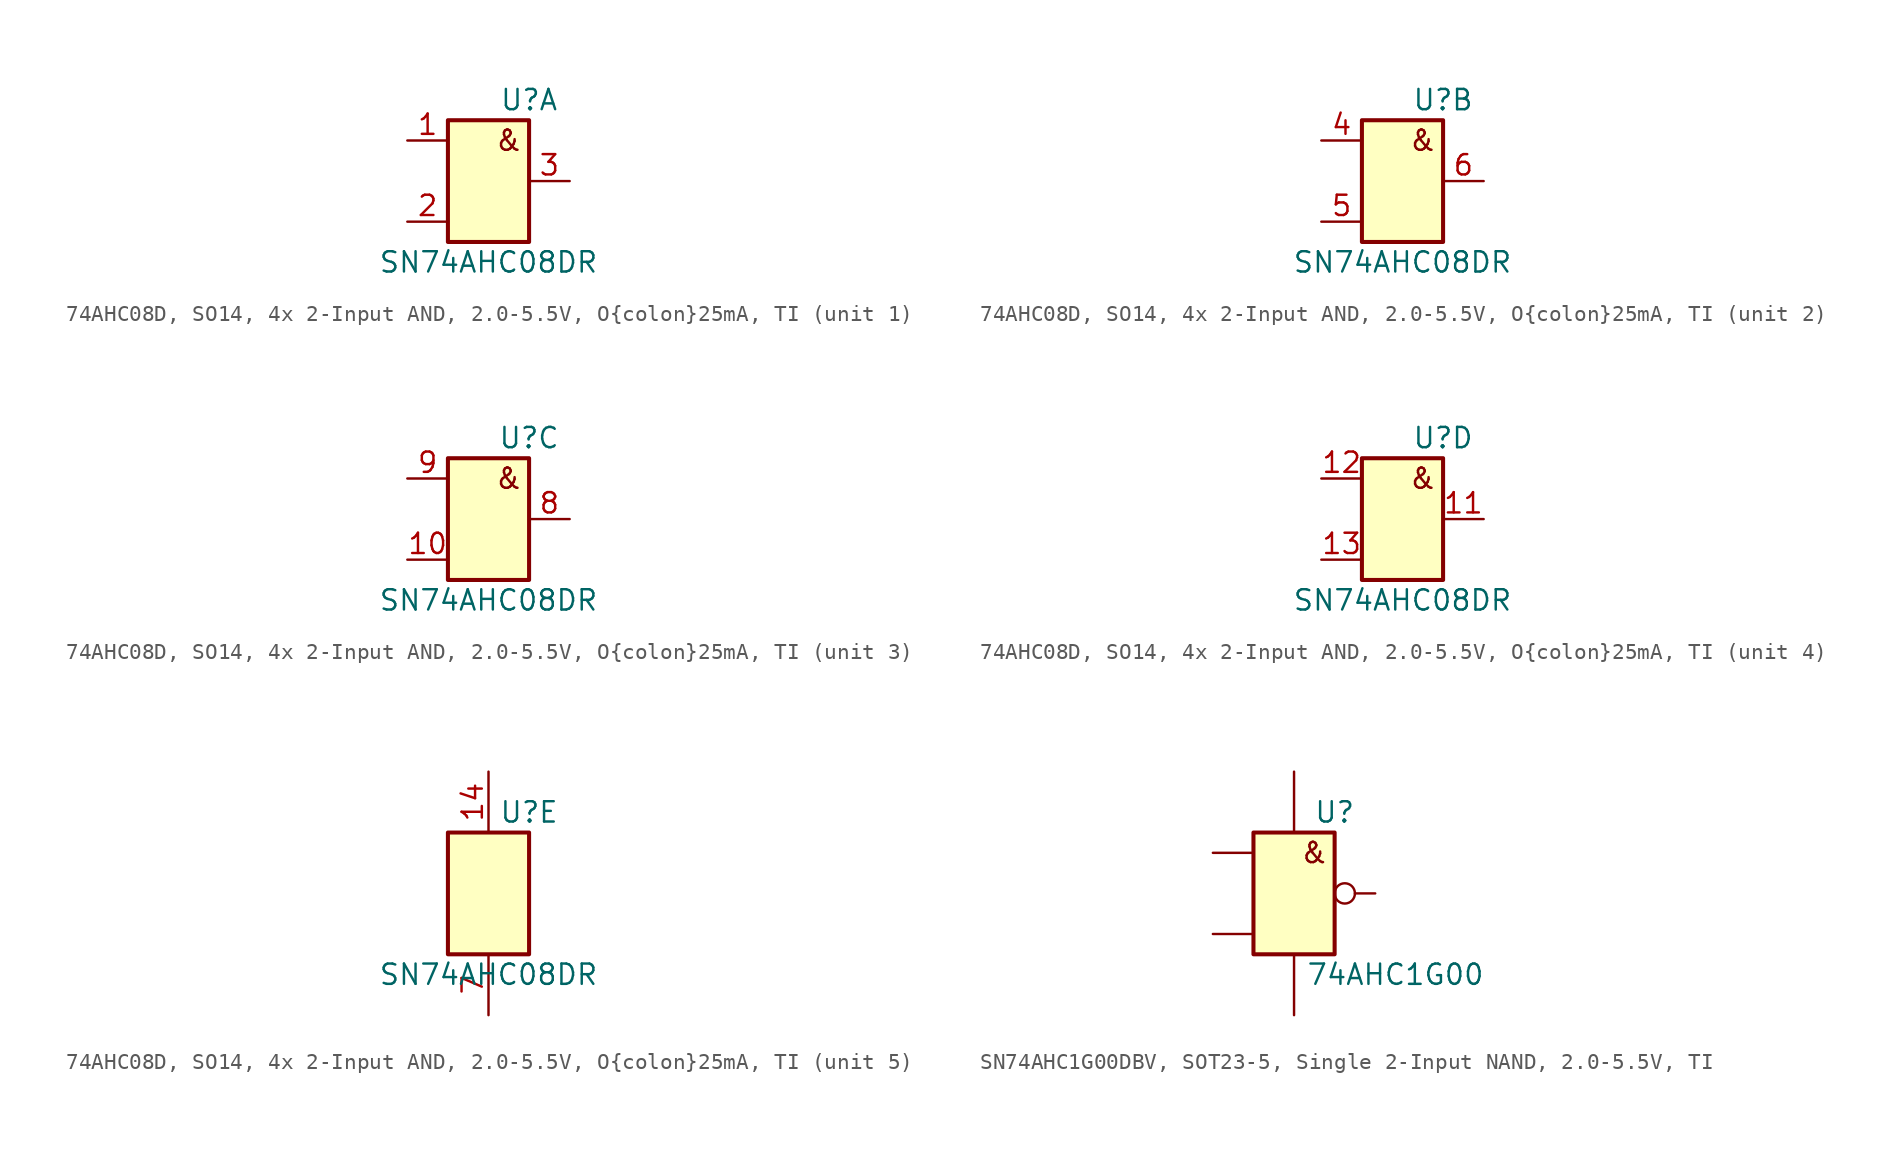
<source format=kicad_sym>
(kicad_symbol_lib
  (version 20241209)
  (generator "kicad_symbol_editor")
  (generator_version "9.0")
  (symbol "74AHC08D, SO14, 4x 2-Input AND, 2.0-5.5V, O{colon}25mA, TI"
    (pin_names
      (offset 1.016)
      (hide yes))
    (property "Reference" "U"
      (at 2.54 5.08 0)
      (effects (font (size 1.27 1.27))))
    (property "Value" "SN74AHC08DR"
      (at 0 -5.08 0)
      (effects (font (size 1.27 1.27))))
    (symbol "74AHC08D, SO14, 4x 2-Input AND, 2.0-5.5V, O{colon}25mA, TI_0_1"
      (rectangle (start -2.54 3.81) (end 2.54 -3.81) (stroke (width 0.254) (type default)) (fill (type background))))
    (symbol "74AHC08D, SO14, 4x 2-Input AND, 2.0-5.5V, O{colon}25mA, TI_1_1"
      (text "&" (at 1.27 2.54 0) (effects (font (size 1.27 1.27))))
      (pin input line (at -5.08 2.54 0) (length 2.54) (name "A" (effects (font (size 1.27 1.27)))) (number "1" (effects (font (size 1.27 1.27)))))
      (pin input line (at -5.08 -2.54 0) (length 2.54) (name "B" (effects (font (size 1.27 1.27)))) (number "2" (effects (font (size 1.27 1.27)))))
      (pin output line (at 5.08 0 180) (length 2.54) (name "Y" (effects (font (size 1.27 1.27)))) (number "3" (effects (font (size 1.27 1.27))))))
    (symbol "74AHC08D, SO14, 4x 2-Input AND, 2.0-5.5V, O{colon}25mA, TI_2_1"
      (text "&" (at 1.27 2.54 0) (effects (font (size 1.27 1.27))))
      (pin input line (at -5.08 2.54 0) (length 2.54) (name "A" (effects (font (size 1.27 1.27)))) (number "4" (effects (font (size 1.27 1.27)))))
      (pin input line (at -5.08 -2.54 0) (length 2.54) (name "B" (effects (font (size 1.27 1.27)))) (number "5" (effects (font (size 1.27 1.27)))))
      (pin output line (at 5.08 0 180) (length 2.54) (name "Y" (effects (font (size 1.27 1.27)))) (number "6" (effects (font (size 1.27 1.27))))))
    (symbol "74AHC08D, SO14, 4x 2-Input AND, 2.0-5.5V, O{colon}25mA, TI_3_1"
      (text "&" (at 1.27 2.54 0) (effects (font (size 1.27 1.27))))
      (pin input line (at -5.08 2.54 0) (length 2.54) (name "A" (effects (font (size 1.27 1.27)))) (number "9" (effects (font (size 1.27 1.27)))))
      (pin input line (at -5.08 -2.54 0) (length 2.54) (name "B" (effects (font (size 1.27 1.27)))) (number "10" (effects (font (size 1.27 1.27)))))
      (pin output line (at 5.08 0 180) (length 2.54) (name "Y" (effects (font (size 1.27 1.27)))) (number "8" (effects (font (size 1.27 1.27))))))
    (symbol "74AHC08D, SO14, 4x 2-Input AND, 2.0-5.5V, O{colon}25mA, TI_4_1"
      (text "&" (at 1.27 2.54 0) (effects (font (size 1.27 1.27))))
      (pin input line (at -5.08 2.54 0) (length 2.54) (name "A" (effects (font (size 1.27 1.27)))) (number "12" (effects (font (size 1.27 1.27)))))
      (pin input line (at -5.08 -2.54 0) (length 2.54) (name "B" (effects (font (size 1.27 1.27)))) (number "13" (effects (font (size 1.27 1.27)))))
      (pin output line (at 5.08 0 180) (length 2.54) (name "Y" (effects (font (size 1.27 1.27)))) (number "11" (effects (font (size 1.27 1.27))))))
    (symbol "74AHC08D, SO14, 4x 2-Input AND, 2.0-5.5V, O{colon}25mA, TI_5_1"
      (pin power_in line (at 0 7.62 270) (length 3.81) (name "VCC" (effects (font (size 1.27 1.27)))) (number "14" (effects (font (size 1.27 1.27)))))
      (pin power_in line (at 0 -7.62 90) (length 3.81) (name "GND" (effects (font (size 1.27 1.27)))) (number "7" (effects (font (size 1.27 1.27)))))))
  (symbol "SN74AHC1G00DBV, SOT23-5, Single 2-Input NAND, 2.0-5.5V, TI"
    (pin_numbers
      (hide yes))
    (pin_names
      (offset 1.016)
      (hide yes))
    (property "Reference" "U"
      (at 2.54 5.08 0)
      (effects (font (size 1.27 1.27))))
    (property "Value" "74AHC1G00"
      (at 6.35 -5.08 0)
      (effects (font (size 1.27 1.27))))
    (symbol "SN74AHC1G00DBV, SOT23-5, Single 2-Input NAND, 2.0-5.5V, TI_0_1"
      (rectangle (start -2.54 3.81) (end 2.54 -3.81) (stroke (width 0.254) (type default)) (fill (type background))))
    (symbol "SN74AHC1G00DBV, SOT23-5, Single 2-Input NAND, 2.0-5.5V, TI_1_1"
      (text "&" (at 1.27 2.54 0) (effects (font (size 1.27 1.27))))
      (pin input line (at -5.08 2.54 0) (length 2.54) (name "A" (effects (font (size 1.27 1.27)))) (number "1" (effects (font (size 1.27 1.27)))))
      (pin input line (at -5.08 -2.54 0) (length 2.54) (name "B" (effects (font (size 1.27 1.27)))) (number "2" (effects (font (size 1.27 1.27)))))
      (pin power_in line (at 0 7.62 270) (length 3.81) (name "VCC" (effects (font (size 1.27 1.27)))) (number "5" (effects (font (size 1.27 1.27)))))
      (pin power_in line (at 0 -7.62 90) (length 3.81) (name "GND" (effects (font (size 1.27 1.27)))) (number "3" (effects (font (size 1.27 1.27)))))
      (pin output inverted (at 5.08 0 180) (length 2.54) (name "Y" (effects (font (size 1.27 1.27)))) (number "4" (effects (font (size 1.27 1.27))))))))
</source>
